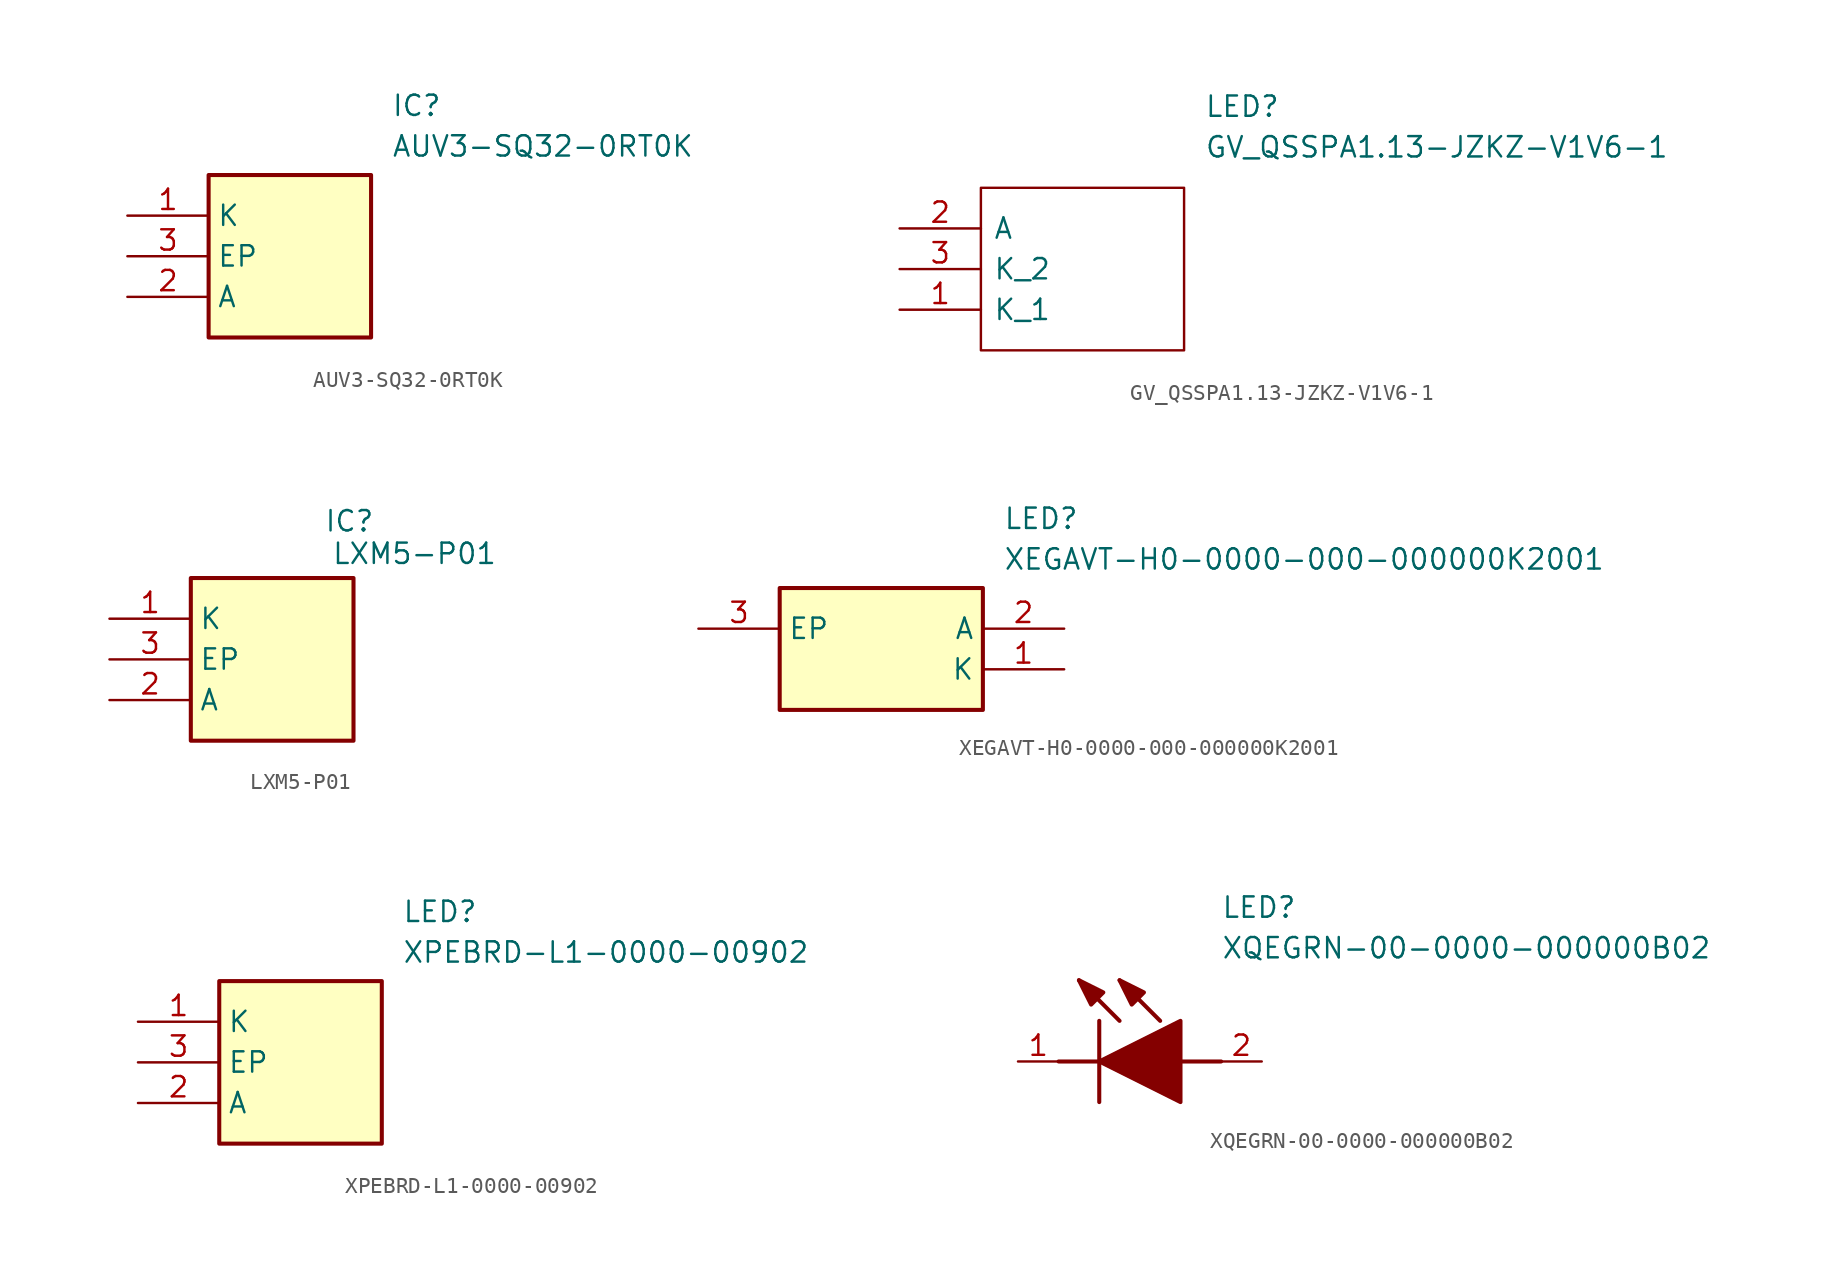
<source format=kicad_sym>
(kicad_symbol_lib
  (version 20231120)
  (generator "kicad_symbol_editor")
  (generator_version "8.0")
  (symbol "AUV3-SQ32-0RT0K"
    (property "Reference" "IC"
      (at 16.51 7.62 0)
      (effects (font (size 1.27 1.27)) (justify left top)))
    (property "Value" "AUV3-SQ32-0RT0K"
      (at 16.51 5.08 0)
      (effects (font (size 1.27 1.27)) (justify left top)))
    (symbol "AUV3-SQ32-0RT0K_1_1"
      (rectangle (start 5.08 2.54) (end 15.24 -7.62) (stroke (width 0.254) (type default)) (fill (type background)))
      (pin passive line (at 0 0 0) (length 5.08) (name "K" (effects (font (size 1.27 1.27)))) (number "1" (effects (font (size 1.27 1.27)))))
      (pin passive line (at 0 -5.08 0) (length 5.08) (name "A" (effects (font (size 1.27 1.27)))) (number "2" (effects (font (size 1.27 1.27)))))
      (pin passive line (at 0 -2.54 0) (length 5.08) (name "EP" (effects (font (size 1.27 1.27)))) (number "3" (effects (font (size 1.27 1.27)))))))
  (symbol "GV_QSSPA1.13-JZKZ-V1V6-1"
    (pin_names
      (offset 0.762))
    (property "Reference" "LED"
      (at 19.05 7.62 0)
      (effects (font (size 1.27 1.27)) (justify left)))
    (property "Value" "GV_QSSPA1.13-JZKZ-V1V6-1"
      (at 19.05 5.08 0)
      (effects (font (size 1.27 1.27)) (justify left)))
    (symbol "GV_QSSPA1.13-JZKZ-V1V6-1_0_0"
      (pin passive line (at 0 -5.08 0) (length 5.08) (name "K_1" (effects (font (size 1.27 1.27)))) (number "1" (effects (font (size 1.27 1.27)))))
      (pin passive line (at 0 0 0) (length 5.08) (name "A" (effects (font (size 1.27 1.27)))) (number "2" (effects (font (size 1.27 1.27)))))
      (pin passive line (at 0 -2.54 0) (length 5.08) (name "K_2" (effects (font (size 1.27 1.27)))) (number "3" (effects (font (size 1.27 1.27))))))
    (symbol "GV_QSSPA1.13-JZKZ-V1V6-1_0_1"
      (polyline (pts (xy 5.08 2.54) (xy 17.78 2.54) (xy 17.78 -7.62) (xy 5.08 -7.62) (xy 5.08 2.54)) (stroke (width 0.152) (type solid)) (fill (type none)))))
  (symbol "LXM5-P01"
    (property "Reference" "IC"
      (at 4.826 8.636 0)
      (effects (font (size 1.27 1.27))))
    (property "Value" "LXM5-P01"
      (at 8.89 6.604 0)
      (effects (font (size 1.27 1.27))))
    (symbol "LXM5-P01_1_1"
      (rectangle (start -5.08 5.08) (end 5.08 -5.08) (stroke (width 0.254) (type default)) (fill (type background)))
      (pin passive line (at -10.16 2.54 0) (length 5.08) (name "K" (effects (font (size 1.27 1.27)))) (number "1" (effects (font (size 1.27 1.27)))))
      (pin passive line (at -10.16 -2.54 0) (length 5.08) (name "A" (effects (font (size 1.27 1.27)))) (number "2" (effects (font (size 1.27 1.27)))))
      (pin passive line (at -10.16 0 0) (length 5.08) (name "EP" (effects (font (size 1.27 1.27)))) (number "3" (effects (font (size 1.27 1.27)))))))
  (symbol "XEGAVT-H0-0000-000-000000K2001"
    (property "Reference" "LED"
      (at 19.05 7.62 0)
      (effects (font (size 1.27 1.27)) (justify left top)))
    (property "Value" "XEGAVT-H0-0000-000-000000K2001"
      (at 19.05 5.08 0)
      (effects (font (size 1.27 1.27)) (justify left top)))
    (symbol "XEGAVT-H0-0000-000-000000K2001_1_1"
      (rectangle (start 5.08 2.54) (end 17.78 -5.08) (stroke (width 0.254) (type default)) (fill (type background)))
      (pin passive line (at 22.86 -2.54 180) (length 5.08) (name "K" (effects (font (size 1.27 1.27)))) (number "1" (effects (font (size 1.27 1.27)))))
      (pin passive line (at 22.86 0 180) (length 5.08) (name "A" (effects (font (size 1.27 1.27)))) (number "2" (effects (font (size 1.27 1.27)))))
      (pin passive line (at 0 0 0) (length 5.08) (name "EP" (effects (font (size 1.27 1.27)))) (number "3" (effects (font (size 1.27 1.27)))))))
  (symbol "XPEBRD-L1-0000-00902"
    (property "Reference" "LED"
      (at 16.51 7.62 0)
      (effects (font (size 1.27 1.27)) (justify left top)))
    (property "Value" "XPEBRD-L1-0000-00902"
      (at 16.51 5.08 0)
      (effects (font (size 1.27 1.27)) (justify left top)))
    (symbol "XPEBRD-L1-0000-00902_1_1"
      (rectangle (start 5.08 2.54) (end 15.24 -7.62) (stroke (width 0.254) (type default)) (fill (type background)))
      (pin passive line (at 0 0 0) (length 5.08) (name "K" (effects (font (size 1.27 1.27)))) (number "1" (effects (font (size 1.27 1.27)))))
      (pin passive line (at 0 -5.08 0) (length 5.08) (name "A" (effects (font (size 1.27 1.27)))) (number "2" (effects (font (size 1.27 1.27)))))
      (pin passive line (at 0 -2.54 0) (length 5.08) (name "EP" (effects (font (size 1.27 1.27)))) (number "3" (effects (font (size 1.27 1.27)))))))
  (symbol "XQEGRN-00-0000-000000B02"
    (pin_names hide)
    (property "Reference" "LED"
      (at 12.7 8.89 0)
      (effects (font (size 1.27 1.27)) (justify left bottom)))
    (property "Value" "XQEGRN-00-0000-000000B02"
      (at 12.7 6.35 0)
      (effects (font (size 1.27 1.27)) (justify left bottom)))
    (symbol "XQEGRN-00-0000-000000B02_1_1"
      (polyline (pts (xy 2.54 0) (xy 5.08 0)) (stroke (width 0.254) (type default)) (fill (type none)))
      (polyline (pts (xy 5.08 2.54) (xy 5.08 -2.54)) (stroke (width 0.254) (type default)) (fill (type none)))
      (polyline (pts (xy 6.35 2.54) (xy 3.81 5.08)) (stroke (width 0.254) (type default)) (fill (type none)))
      (polyline (pts (xy 8.89 2.54) (xy 6.35 5.08)) (stroke (width 0.254) (type default)) (fill (type none)))
      (polyline (pts (xy 10.16 0) (xy 12.7 0)) (stroke (width 0.254) (type default)) (fill (type none)))
      (polyline (pts (xy 5.08 0) (xy 10.16 2.54) (xy 10.16 -2.54) (xy 5.08 0)) (stroke (width 0.254) (type default)) (fill (type outline)))
      (polyline (pts (xy 5.334 4.318) (xy 4.572 3.556) (xy 3.81 5.08) (xy 5.334 4.318)) (stroke (width 0.254) (type default)) (fill (type outline)))
      (polyline (pts (xy 7.874 4.318) (xy 7.112 3.556) (xy 6.35 5.08) (xy 7.874 4.318)) (stroke (width 0.254) (type default)) (fill (type outline)))
      (pin passive line (at 0 0 0) (length 2.54) (name "K" (effects (font (size 1.27 1.27)))) (number "1" (effects (font (size 1.27 1.27)))))
      (pin passive line (at 15.24 0 180) (length 2.54) (name "A" (effects (font (size 1.27 1.27)))) (number "2" (effects (font (size 1.27 1.27))))))))
</source>
